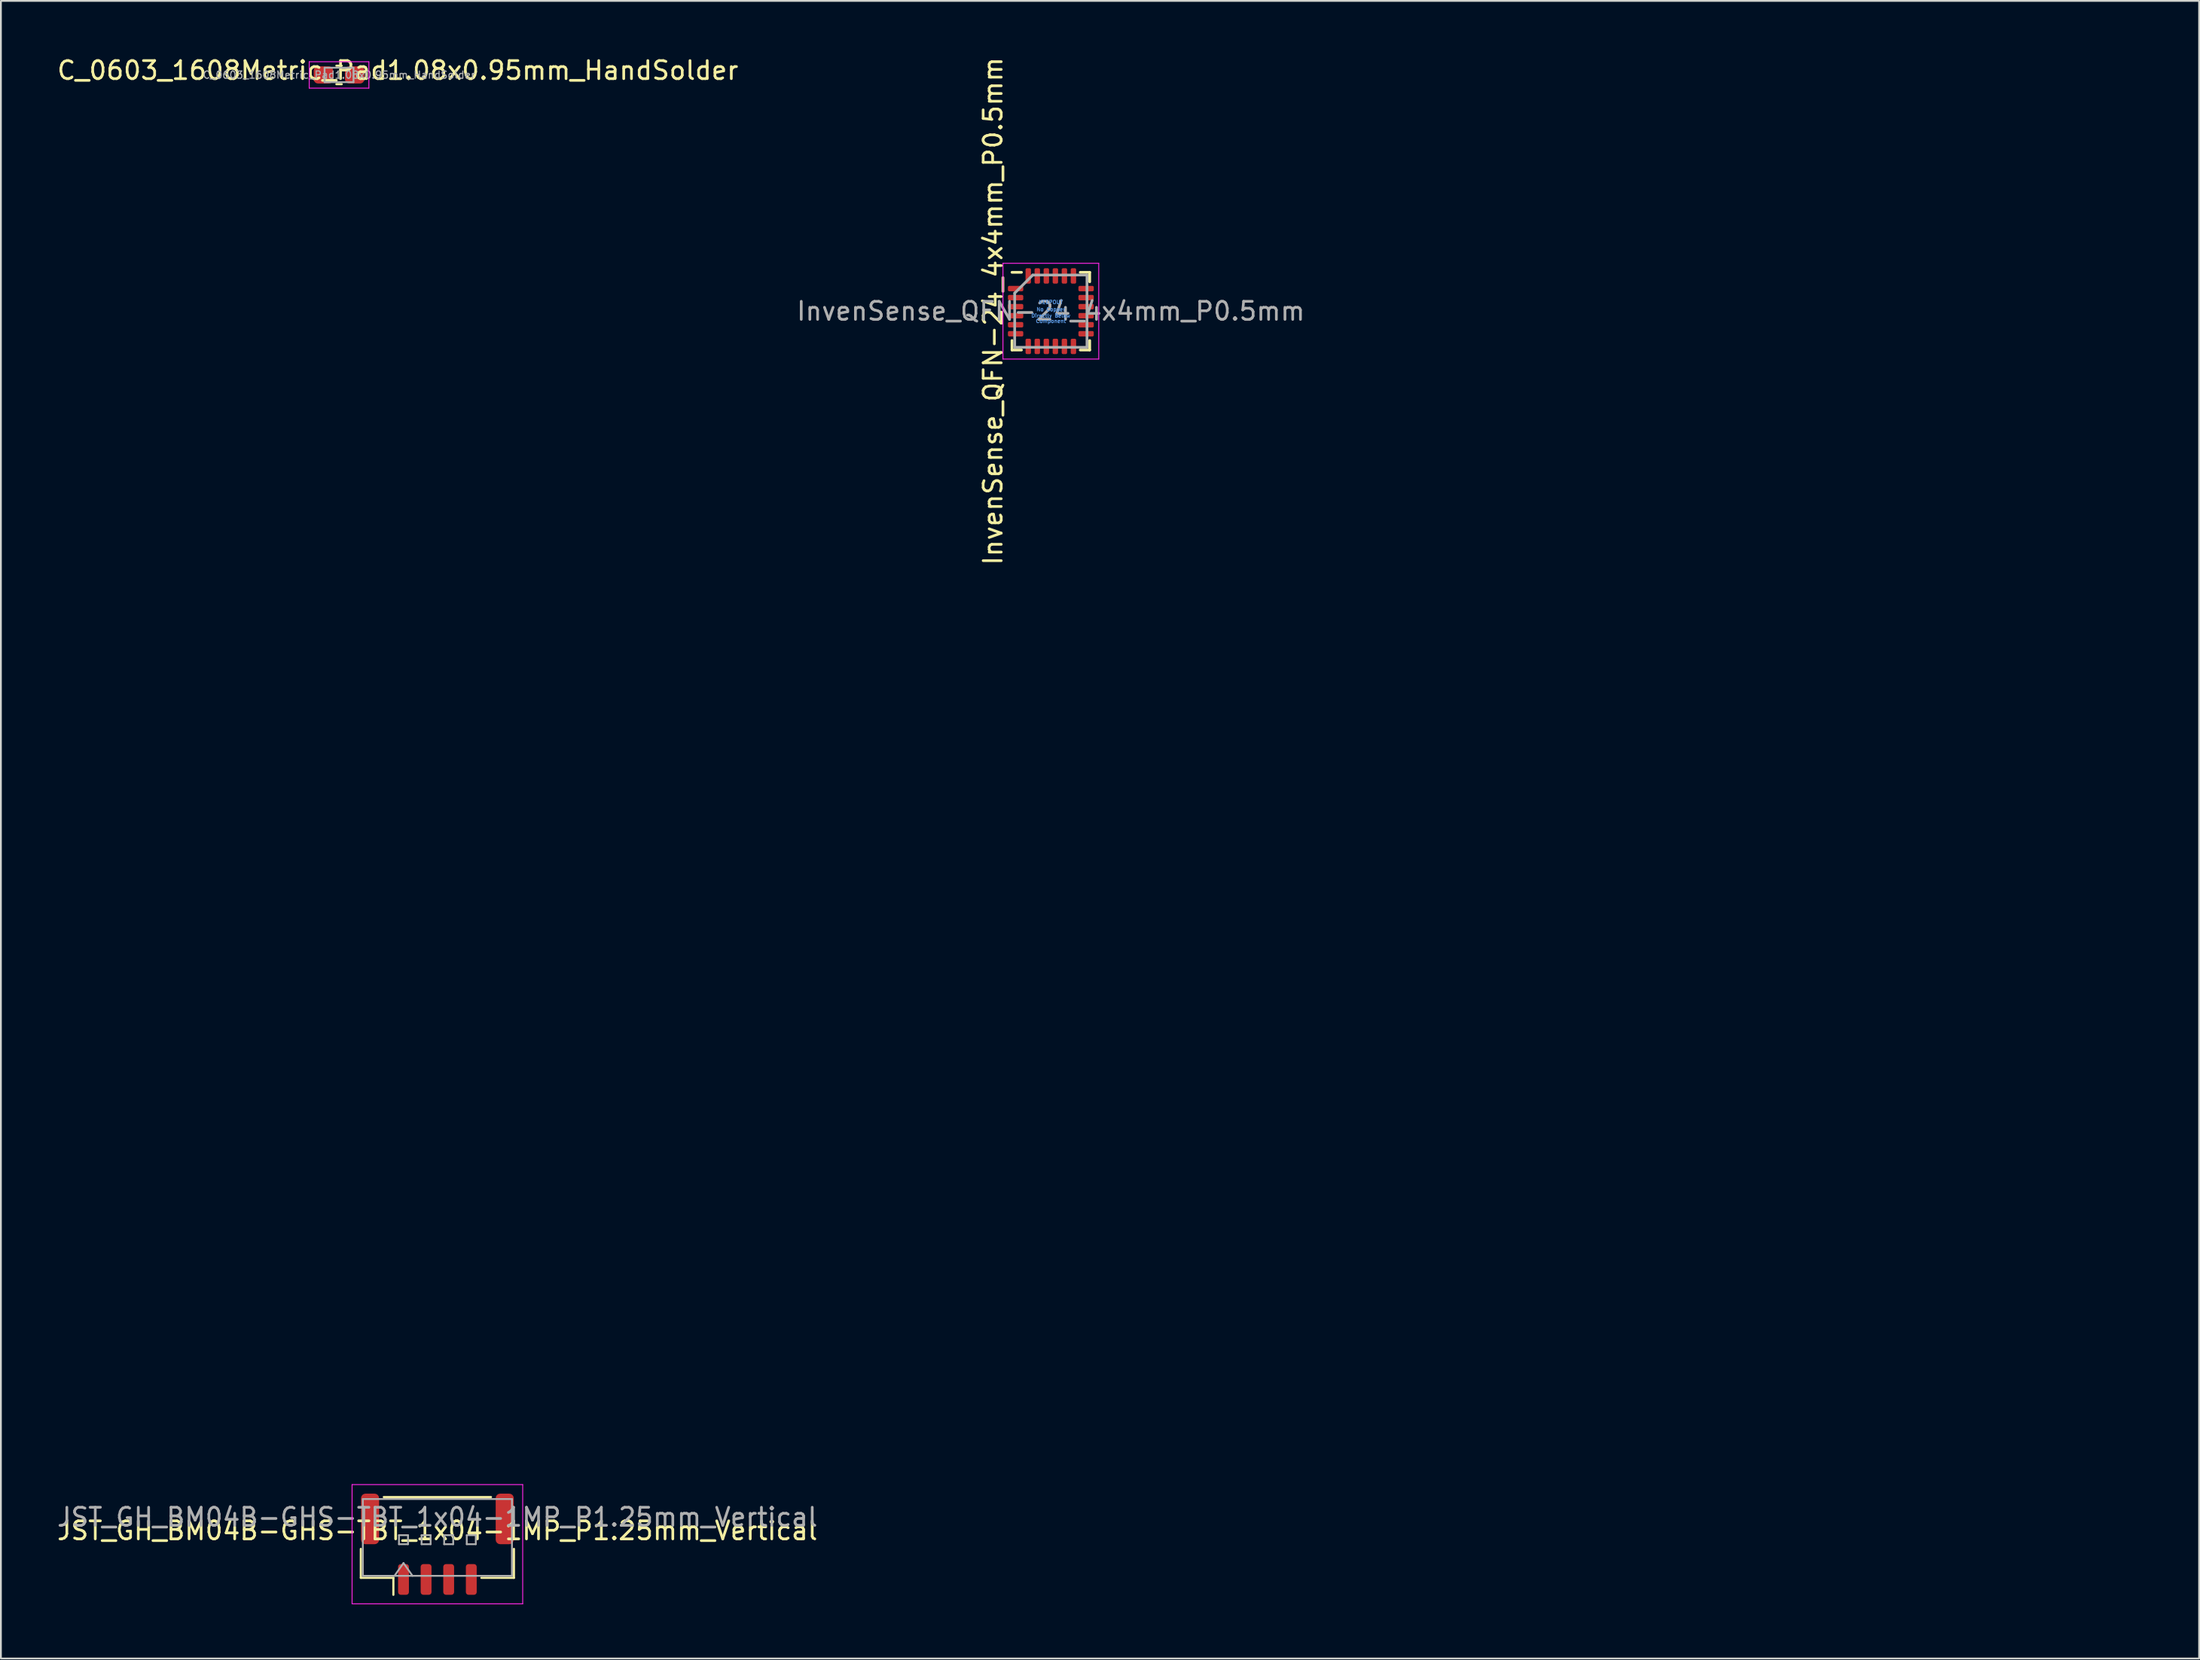
<source format=kicad_pcb>
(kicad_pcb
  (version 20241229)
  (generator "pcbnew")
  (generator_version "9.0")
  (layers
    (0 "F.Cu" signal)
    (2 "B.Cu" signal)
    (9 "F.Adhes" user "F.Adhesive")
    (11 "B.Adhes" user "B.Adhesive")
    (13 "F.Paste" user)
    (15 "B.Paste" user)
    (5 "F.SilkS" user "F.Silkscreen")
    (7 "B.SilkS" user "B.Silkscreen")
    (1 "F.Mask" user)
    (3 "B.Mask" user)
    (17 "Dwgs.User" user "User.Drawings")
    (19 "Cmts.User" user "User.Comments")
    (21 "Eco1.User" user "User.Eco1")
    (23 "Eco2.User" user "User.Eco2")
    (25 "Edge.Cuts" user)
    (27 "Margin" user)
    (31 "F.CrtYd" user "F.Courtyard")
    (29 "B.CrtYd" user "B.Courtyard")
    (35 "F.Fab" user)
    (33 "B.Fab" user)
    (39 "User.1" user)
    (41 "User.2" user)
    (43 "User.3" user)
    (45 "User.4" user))
  (footprint "JST_GH_BM04B-GHS-TBT_1x04-1MP_P1.25mm_Vertical"
    (layer "F.Cu")
    (at 21.149 82.423)
    (property "Reference" "JST_GH_BM04B-GHS-TBT_1x04-1MP_P1.25mm_Vertical" (at 0 -0.75 180) (layer "F.SilkS") (effects (font (size 1 1) (thickness 0.15))))
    (attr smd)
    (fp_line (start -4.235 0.26) (end -4.235 1.86) (stroke (width 0.12) (type solid)) (layer "F.SilkS"))
    (fp_line (start -4.235 1.86) (end -2.435 1.86) (stroke (width 0.12) (type solid)) (layer "F.SilkS"))
    (fp_line (start -2.965 -2.61) (end 2.965 -2.61) (stroke (width 0.12) (type solid)) (layer "F.SilkS"))
    (fp_line (start -2.435 1.86) (end -2.435 2.8) (stroke (width 0.12) (type solid)) (layer "F.SilkS"))
    (fp_line (start 4.235 0.26) (end 4.235 1.86) (stroke (width 0.12) (type solid)) (layer "F.SilkS"))
    (fp_line (start 4.235 1.86) (end 2.435 1.86) (stroke (width 0.12) (type solid)) (layer "F.SilkS"))
    (fp_line (start -4.72 -3.3) (end -4.72 3.3) (stroke (width 0.05) (type solid)) (layer "F.CrtYd"))
    (fp_line (start -4.72 3.3) (end 4.72 3.3) (stroke (width 0.05) (type solid)) (layer "F.CrtYd"))
    (fp_line (start 4.72 -3.3) (end -4.72 -3.3) (stroke (width 0.05) (type solid)) (layer "F.CrtYd"))
    (fp_line (start 4.72 3.3) (end 4.72 -3.3) (stroke (width 0.05) (type solid)) (layer "F.CrtYd"))
    (fp_line (start -4.125 -2.5) (end 4.125 -2.5) (stroke (width 0.1) (type solid)) (layer "F.Fab"))
    (fp_line (start -4.125 1.75) (end -4.125 -2.5) (stroke (width 0.1) (type solid)) (layer "F.Fab"))
    (fp_line (start -4.125 1.75) (end 4.125 1.75) (stroke (width 0.1) (type solid)) (layer "F.Fab"))
    (fp_line (start -2.375 1.75) (end -1.875 1.043) (stroke (width 0.1) (type solid)) (layer "F.Fab"))
    (fp_line (start -2.125 -0.5) (end -2.125 0) (stroke (width 0.1) (type solid)) (layer "F.Fab"))
    (fp_line (start -2.125 0) (end -1.625 0) (stroke (width 0.1) (type solid)) (layer "F.Fab"))
    (fp_line (start -1.875 1.043) (end -1.375 1.75) (stroke (width 0.1) (type solid)) (layer "F.Fab"))
    (fp_line (start -1.625 -0.5) (end -2.125 -0.5) (stroke (width 0.1) (type solid)) (layer "F.Fab"))
    (fp_line (start -1.625 0) (end -1.625 -0.5) (stroke (width 0.1) (type solid)) (layer "F.Fab"))
    (fp_line (start -0.875 -0.5) (end -0.875 0) (stroke (width 0.1) (type solid)) (layer "F.Fab"))
    (fp_line (start -0.875 0) (end -0.375 0) (stroke (width 0.1) (type solid)) (layer "F.Fab"))
    (fp_line (start -0.375 -0.5) (end -0.875 -0.5) (stroke (width 0.1) (type solid)) (layer "F.Fab"))
    (fp_line (start -0.375 0) (end -0.375 -0.5) (stroke (width 0.1) (type solid)) (layer "F.Fab"))
    (fp_line (start 0.375 -0.5) (end 0.375 0) (stroke (width 0.1) (type solid)) (layer "F.Fab"))
    (fp_line (start 0.375 0) (end 0.875 0) (stroke (width 0.1) (type solid)) (layer "F.Fab"))
    (fp_line (start 0.875 -0.5) (end 0.375 -0.5) (stroke (width 0.1) (type solid)) (layer "F.Fab"))
    (fp_line (start 0.875 0) (end 0.875 -0.5) (stroke (width 0.1) (type solid)) (layer "F.Fab"))
    (fp_line (start 1.625 -0.5) (end 1.625 0) (stroke (width 0.1) (type solid)) (layer "F.Fab"))
    (fp_line (start 1.625 0) (end 2.125 0) (stroke (width 0.1) (type solid)) (layer "F.Fab"))
    (fp_line (start 2.125 -0.5) (end 1.625 -0.5) (stroke (width 0.1) (type solid)) (layer "F.Fab"))
    (fp_line (start 2.125 0) (end 2.125 -0.5) (stroke (width 0.1) (type solid)) (layer "F.Fab"))
    (fp_line (start 4.125 1.75) (end 4.125 -2.5) (stroke (width 0.1) (type solid)) (layer "F.Fab"))
    (fp_text user "${REFERENCE}" (at 0 -1.5 180) (layer "F.Fab") (effects (font (size 1 1) (thickness 0.15))))
    (pad "1" smd roundrect (at -1.875 1.95) (size 0.6 1.7) (layers "F.Cu" "F.Mask" "F.Paste") (roundrect_rratio 0.25))
    (pad "2" smd roundrect (at -0.625 1.95) (size 0.6 1.7) (layers "F.Cu" "F.Mask" "F.Paste") (roundrect_rratio 0.25))
    (pad "3" smd roundrect (at 0.625 1.95) (size 0.6 1.7) (layers "F.Cu" "F.Mask" "F.Paste") (roundrect_rratio 0.25))
    (pad "4" smd roundrect (at 1.875 1.95) (size 0.6 1.7) (layers "F.Cu" "F.Mask" "F.Paste") (roundrect_rratio 0.25))
    (pad "MP" smd roundrect (at -3.725 -1.4) (size 1 2.8) (layers "F.Cu" "F.Mask" "F.Paste") (roundrect_rratio 0.25))
    (pad "MP" smd roundrect (at 3.725 -1.4) (size 1 2.8) (layers "F.Cu" "F.Mask" "F.Paste") (roundrect_rratio 0.25)))
  (footprint "C_0603_1608Metric_Pad1.08x0.95mm_HandSolder"
    (layer "F.Cu")
    (at 15.708 1.098)
    (property "Reference" "C_0603_1608Metric_Pad1.08x0.95mm_HandSolder" (at 3.25 -0.25 180) (layer "F.SilkS") (effects (font (size 1 1) (thickness 0.15))))
    (attr smd)
    (fp_line (start -0.146 -0.51) (end 0.146 -0.51) (stroke (width 0.12) (type solid)) (layer "F.SilkS"))
    (fp_line (start -0.146 0.51) (end 0.146 0.51) (stroke (width 0.12) (type solid)) (layer "F.SilkS"))
    (fp_line (start -1.65 -0.73) (end 1.65 -0.73) (stroke (width 0.05) (type solid)) (layer "F.CrtYd"))
    (fp_line (start -1.65 0.73) (end -1.65 -0.73) (stroke (width 0.05) (type solid)) (layer "F.CrtYd"))
    (fp_line (start 1.65 -0.73) (end 1.65 0.73) (stroke (width 0.05) (type solid)) (layer "F.CrtYd"))
    (fp_line (start 1.65 0.73) (end -1.65 0.73) (stroke (width 0.05) (type solid)) (layer "F.CrtYd"))
    (fp_line (start -0.8 -0.4) (end 0.8 -0.4) (stroke (width 0.1) (type solid)) (layer "F.Fab"))
    (fp_line (start -0.8 0.4) (end -0.8 -0.4) (stroke (width 0.1) (type solid)) (layer "F.Fab"))
    (fp_line (start 0.8 -0.4) (end 0.8 0.4) (stroke (width 0.1) (type solid)) (layer "F.Fab"))
    (fp_line (start 0.8 0.4) (end -0.8 0.4) (stroke (width 0.1) (type solid)) (layer "F.Fab"))
    (fp_text user "${REFERENCE}" (at 0 0 180) (layer "F.Fab") (effects (font (size 0.4 0.4) (thickness 0.06))))
    (pad "1" smd roundrect (at -0.863 0) (size 1.075 0.95) (layers "F.Cu" "F.Mask" "F.Paste") (roundrect_rratio 0.25))
    (pad "2" smd roundrect (at 0.863 0) (size 1.075 0.95) (layers "F.Cu" "F.Mask" "F.Paste") (roundrect_rratio 0.25)))
  (footprint "InvenSense_QFN-24_4x4mm_P0.5mm"
    (layer "F.Cu")
    (at 55.089 14.173)
    (property "Reference" "InvenSense_QFN-24_4x4mm_P0.5mm" (at -3.2 0 270) (layer "F.SilkS") (effects (font (size 1 1) (thickness 0.15))))
    (attr smd)
    (fp_line (start -2.15 -2.15) (end -1.625 -2.15) (stroke (width 0.15) (type solid)) (layer "F.SilkS"))
    (fp_line (start -2.15 2.15) (end -2.15 1.625) (stroke (width 0.15) (type solid)) (layer "F.SilkS"))
    (fp_line (start -2.15 2.15) (end -1.625 2.15) (stroke (width 0.15) (type solid)) (layer "F.SilkS"))
    (fp_line (start 2.15 -2.15) (end 1.625 -2.15) (stroke (width 0.15) (type solid)) (layer "F.SilkS"))
    (fp_line (start 2.15 -2.15) (end 2.15 -1.625) (stroke (width 0.15) (type solid)) (layer "F.SilkS"))
    (fp_line (start 2.15 2.15) (end 1.625 2.15) (stroke (width 0.15) (type solid)) (layer "F.SilkS"))
    (fp_line (start 2.15 2.15) (end 2.15 1.625) (stroke (width 0.15) (type solid)) (layer "F.SilkS"))
    (fp_line (start -2.65 -2.65) (end -2.65 2.65) (stroke (width 0.05) (type solid)) (layer "F.CrtYd"))
    (fp_line (start -2.65 -2.65) (end 2.65 -2.65) (stroke (width 0.05) (type solid)) (layer "F.CrtYd"))
    (fp_line (start -2.65 2.65) (end 2.65 2.65) (stroke (width 0.05) (type solid)) (layer "F.CrtYd"))
    (fp_line (start 2.65 -2.65) (end 2.65 2.65) (stroke (width 0.05) (type solid)) (layer "F.CrtYd"))
    (fp_line (start -2 -1) (end -1 -2) (stroke (width 0.15) (type solid)) (layer "F.Fab"))
    (fp_line (start -2 2) (end -2 -1) (stroke (width 0.15) (type solid)) (layer "F.Fab"))
    (fp_line (start -1 -2) (end 2 -2) (stroke (width 0.15) (type solid)) (layer "F.Fab"))
    (fp_line (start 2 -2) (end 2 2) (stroke (width 0.15) (type solid)) (layer "F.Fab"))
    (fp_line (start 2 2) (end -2 2) (stroke (width 0.15) (type solid)) (layer "F.Fab"))
    (fp_text user "No Copper" (at 0 -0.1 180) (layer "Cmts.User") (effects (font (size 0.2 0.2) (thickness 0.04))))
    (fp_text user "KEEPOUT" (at 0 -0.5 180) (layer "Cmts.User") (effects (font (size 0.2 0.2) (thickness 0.04))))
    (fp_text user "Component" (at 0 0.55 180) (layer "Cmts.User") (effects (font (size 0.2 0.2) (thickness 0.04))))
    (fp_text user "Directly Below" (at 0 0.25 180) (layer "Cmts.User") (effects (font (size 0.2 0.2) (thickness 0.04))))
    (fp_text user "${REFERENCE}" (at 0 0 180) (layer "F.Fab") (effects (font (size 1 1) (thickness 0.15))))
    (pad "1" smd roundrect (at -1.95 -1.25) (size 0.85 0.3) (layers "F.Cu" "F.Mask" "F.Paste") (roundrect_rratio 0.25))
    (pad "2" smd roundrect (at -1.95 -0.75) (size 0.85 0.3) (layers "F.Cu" "F.Mask" "F.Paste") (roundrect_rratio 0.25))
    (pad "3" smd roundrect (at -1.95 -0.25) (size 0.85 0.3) (layers "F.Cu" "F.Mask" "F.Paste") (roundrect_rratio 0.25))
    (pad "4" smd roundrect (at -1.95 0.25) (size 0.85 0.3) (layers "F.Cu" "F.Mask" "F.Paste") (roundrect_rratio 0.25))
    (pad "5" smd roundrect (at -1.95 0.75) (size 0.85 0.3) (layers "F.Cu" "F.Mask" "F.Paste") (roundrect_rratio 0.25))
    (pad "6" smd roundrect (at -1.95 1.25) (size 0.85 0.3) (layers "F.Cu" "F.Mask" "F.Paste") (roundrect_rratio 0.25))
    (pad "7" smd roundrect (at -1.25 1.95 90) (size 0.85 0.3) (layers "F.Cu" "F.Mask" "F.Paste") (roundrect_rratio 0.25))
    (pad "8" smd roundrect (at -0.75 1.95 90) (size 0.85 0.3) (layers "F.Cu" "F.Mask" "F.Paste") (roundrect_rratio 0.25))
    (pad "9" smd roundrect (at -0.25 1.95 90) (size 0.85 0.3) (layers "F.Cu" "F.Mask" "F.Paste") (roundrect_rratio 0.25))
    (pad "10" smd roundrect (at 0.25 1.95 90) (size 0.85 0.3) (layers "F.Cu" "F.Mask" "F.Paste") (roundrect_rratio 0.25))
    (pad "11" smd roundrect (at 0.75 1.95 90) (size 0.85 0.3) (layers "F.Cu" "F.Mask" "F.Paste") (roundrect_rratio 0.25))
    (pad "12" smd roundrect (at 1.25 1.95 90) (size 0.85 0.3) (layers "F.Cu" "F.Mask" "F.Paste") (roundrect_rratio 0.25))
    (pad "13" smd roundrect (at 1.95 1.25) (size 0.85 0.3) (layers "F.Cu" "F.Mask" "F.Paste") (roundrect_rratio 0.25))
    (pad "14" smd roundrect (at 1.95 0.75) (size 0.85 0.3) (layers "F.Cu" "F.Mask" "F.Paste") (roundrect_rratio 0.25))
    (pad "15" smd roundrect (at 1.95 0.25) (size 0.85 0.3) (layers "F.Cu" "F.Mask" "F.Paste") (roundrect_rratio 0.25))
    (pad "16" smd roundrect (at 1.95 -0.25) (size 0.85 0.3) (layers "F.Cu" "F.Mask" "F.Paste") (roundrect_rratio 0.25))
    (pad "17" smd roundrect (at 1.95 -0.75) (size 0.85 0.3) (layers "F.Cu" "F.Mask" "F.Paste") (roundrect_rratio 0.25))
    (pad "18" smd roundrect (at 1.95 -1.25) (size 0.85 0.3) (layers "F.Cu" "F.Mask" "F.Paste") (roundrect_rratio 0.25))
    (pad "19" smd roundrect (at 1.25 -1.95 90) (size 0.85 0.3) (layers "F.Cu" "F.Mask" "F.Paste") (roundrect_rratio 0.25))
    (pad "20" smd roundrect (at 0.75 -1.95 90) (size 0.85 0.3) (layers "F.Cu" "F.Mask" "F.Paste") (roundrect_rratio 0.25))
    (pad "21" smd roundrect (at 0.25 -1.95 90) (size 0.85 0.3) (layers "F.Cu" "F.Mask" "F.Paste") (roundrect_rratio 0.25))
    (pad "22" smd roundrect (at -0.25 -1.95 90) (size 0.85 0.3) (layers "F.Cu" "F.Mask" "F.Paste") (roundrect_rratio 0.25))
    (pad "23" smd roundrect (at -0.75 -1.95 90) (size 0.85 0.3) (layers "F.Cu" "F.Mask" "F.Paste") (roundrect_rratio 0.25))
    (pad "24" smd roundrect (at -1.25 -1.95 90) (size 0.85 0.3) (layers "F.Cu" "F.Mask" "F.Paste") (roundrect_rratio 0.25))
    (zone (net_name "") (layer "F.Cu") (hatch full 0.508) (connect_pads) (min_thickness 0.254) (filled_areas_thickness no) (keepout (tracks not_allowed) (vias not_allowed) (pads not_allowed) (copperpour not_allowed) (footprints allowed)) (placement (enabled no)) (fill) (polygon (pts (xy 112.868 73.448) (xy 115.618 73.448) (xy 115.618 76.098) (xy 112.868 76.098)))))
  (gr_rect
    (start -3 -3)
    (end 118.618 88.748)
    (stroke (width 0.1) (type default))
    (fill no)
    (layer "Edge.Cuts")))
</source>
